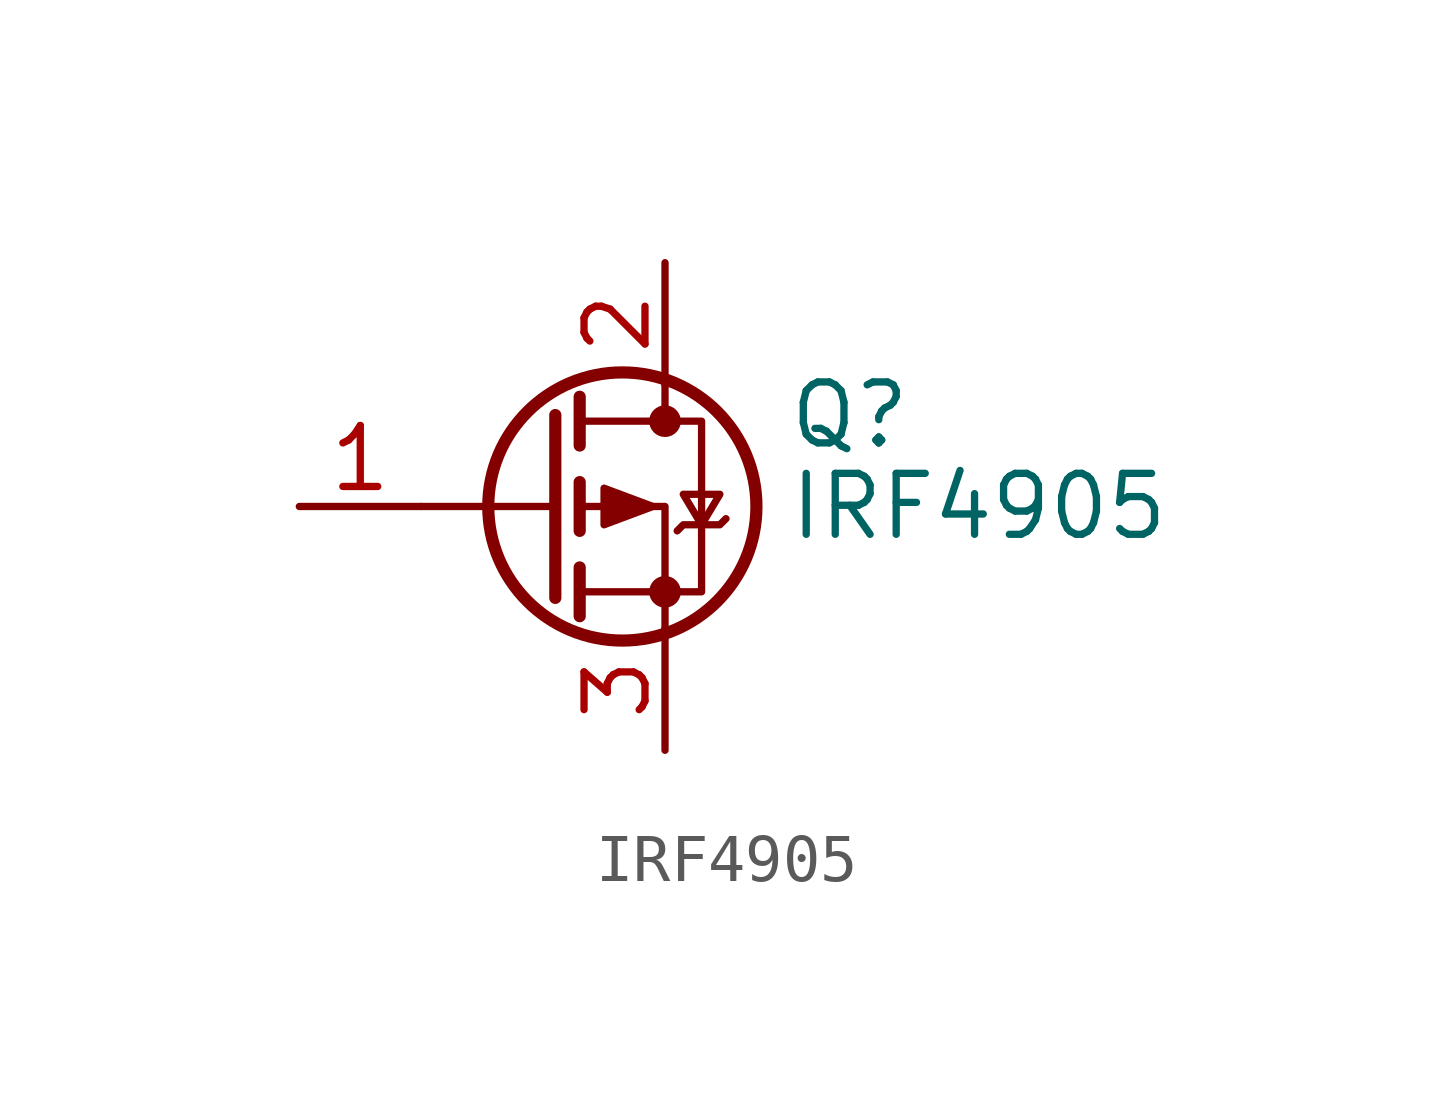
<source format=kicad_sym>
(kicad_symbol_lib
  (version 20241209)
  (generator "kicad_symbol_editor")
  (generator_version "9.0")
  (symbol "IRF4905"
    (pin_names
      (hide yes))
    (property "Reference" "Q"
      (at 5.08 1.905 0)
      (effects (font (size 1.27 1.27)) (justify left)))
    (property "Value" "IRF4905"
      (at 5.08 0 0)
      (effects (font (size 1.27 1.27)) (justify left)))
    (symbol "IRF4905_0_1"
      (polyline (pts (xy 0.254 1.905) (xy 0.254 -1.905)) (stroke (width 0.254) (type default)) (fill (type none)))
      (polyline (pts (xy 0.254 0) (xy -2.54 0)) (stroke (width 0) (type default)) (fill (type none)))
      (polyline (pts (xy 0.762 2.286) (xy 0.762 1.27)) (stroke (width 0.254) (type default)) (fill (type none)))
      (polyline (pts (xy 0.762 1.778) (xy 3.302 1.778) (xy 3.302 -1.778) (xy 0.762 -1.778)) (stroke (width 0) (type default)) (fill (type none)))
      (polyline (pts (xy 0.762 0.508) (xy 0.762 -0.508)) (stroke (width 0.254) (type default)) (fill (type none)))
      (polyline (pts (xy 0.762 -1.27) (xy 0.762 -2.286)) (stroke (width 0.254) (type default)) (fill (type none)))
      (circle (center 1.651 0) (radius 2.794) (stroke (width 0.254) (type default)) (fill (type none)))
      (polyline (pts (xy 2.286 0) (xy 1.27 0.381) (xy 1.27 -0.381) (xy 2.286 0)) (stroke (width 0) (type default)) (fill (type outline)))
      (polyline (pts (xy 2.54 2.54) (xy 2.54 1.778)) (stroke (width 0) (type default)) (fill (type none)))
      (circle (center 2.54 1.778) (radius 0.254) (stroke (width 0) (type default)) (fill (type outline)))
      (circle (center 2.54 -1.778) (radius 0.254) (stroke (width 0) (type default)) (fill (type outline)))
      (polyline (pts (xy 2.54 -2.54) (xy 2.54 0) (xy 0.762 0)) (stroke (width 0) (type default)) (fill (type none)))
      (polyline (pts (xy 2.794 -0.508) (xy 2.921 -0.381) (xy 3.683 -0.381) (xy 3.81 -0.254)) (stroke (width 0) (type default)) (fill (type none)))
      (polyline (pts (xy 3.302 -0.381) (xy 2.921 0.254) (xy 3.683 0.254) (xy 3.302 -0.381)) (stroke (width 0) (type default)) (fill (type none))))
    (symbol "IRF4905_1_1"
      (pin input line (at -5.08 0 0) (length 2.54) (name "G" (effects (font (size 1.27 1.27)))) (number "1" (effects (font (size 1.27 1.27)))))
      (pin passive line (at 2.54 5.08 270) (length 2.54) (name "D" (effects (font (size 1.27 1.27)))) (number "2" (effects (font (size 1.27 1.27)))))
      (pin passive line (at 2.54 -5.08 90) (length 2.54) (name "S" (effects (font (size 1.27 1.27)))) (number "3" (effects (font (size 1.27 1.27))))))))
</source>
